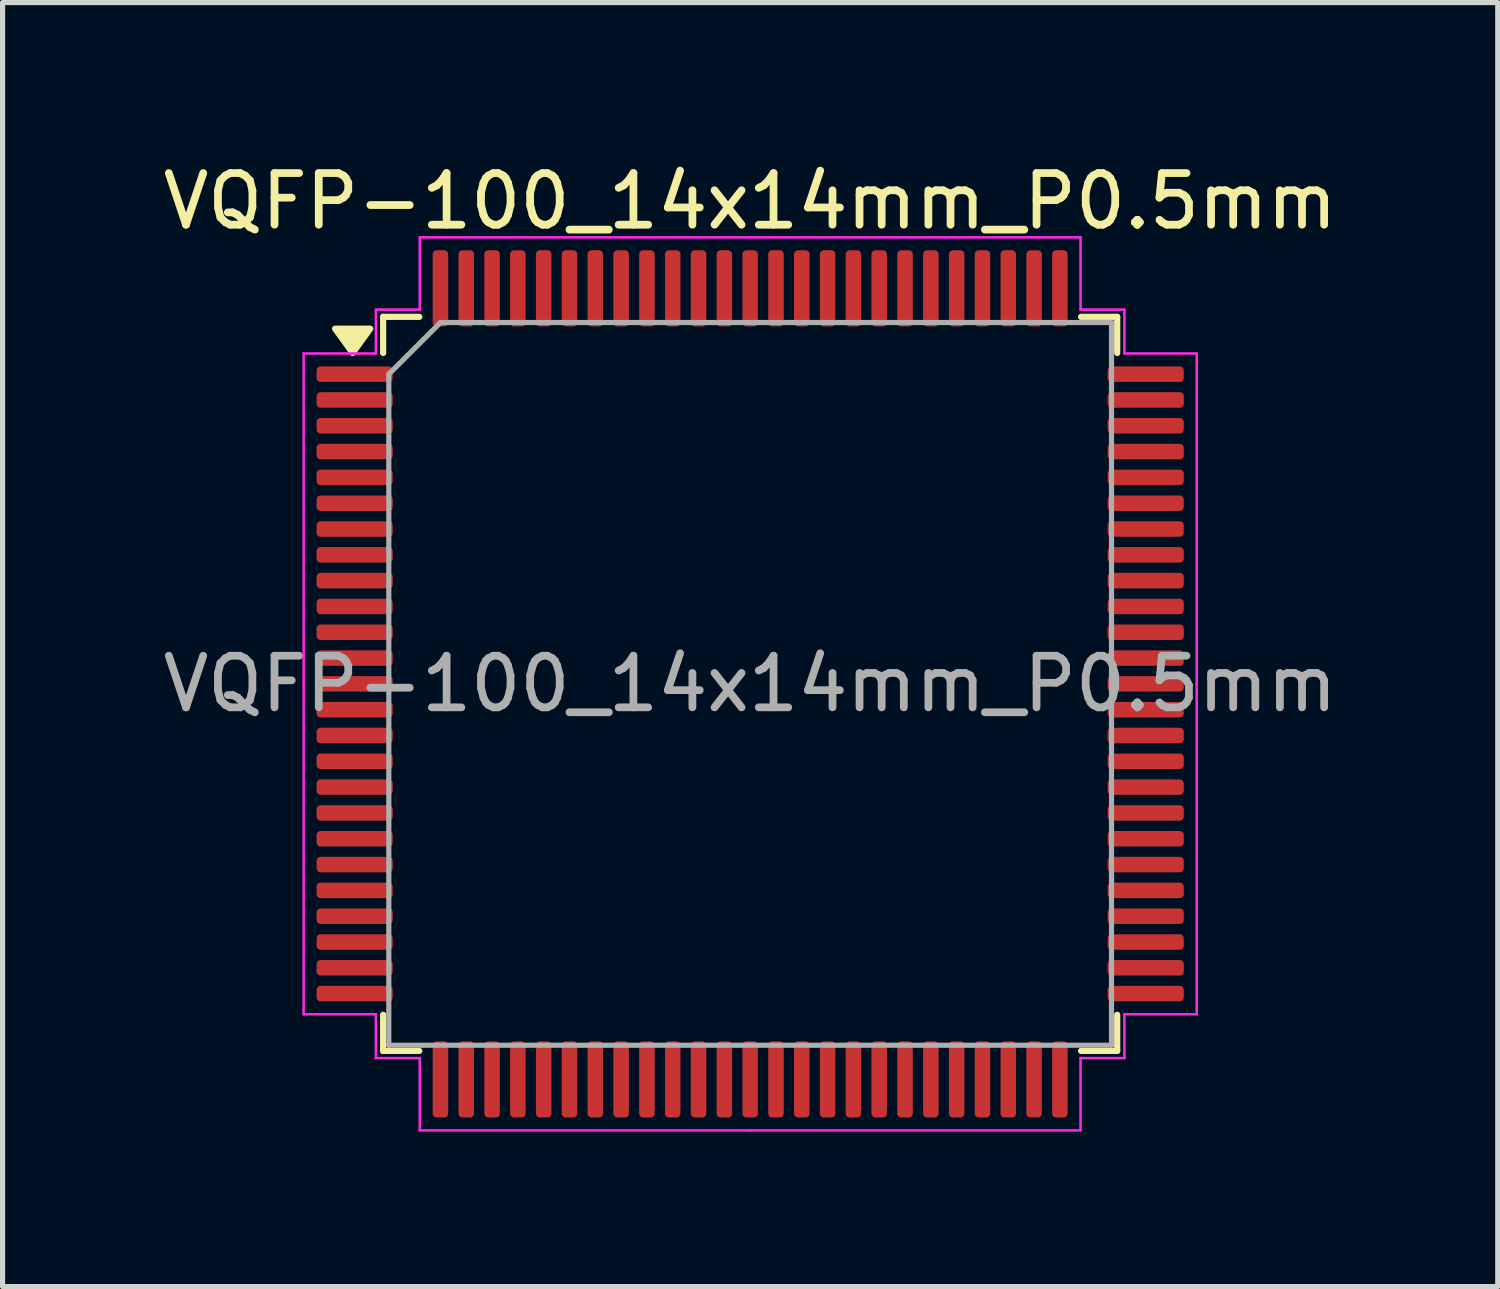
<source format=kicad_pcb>
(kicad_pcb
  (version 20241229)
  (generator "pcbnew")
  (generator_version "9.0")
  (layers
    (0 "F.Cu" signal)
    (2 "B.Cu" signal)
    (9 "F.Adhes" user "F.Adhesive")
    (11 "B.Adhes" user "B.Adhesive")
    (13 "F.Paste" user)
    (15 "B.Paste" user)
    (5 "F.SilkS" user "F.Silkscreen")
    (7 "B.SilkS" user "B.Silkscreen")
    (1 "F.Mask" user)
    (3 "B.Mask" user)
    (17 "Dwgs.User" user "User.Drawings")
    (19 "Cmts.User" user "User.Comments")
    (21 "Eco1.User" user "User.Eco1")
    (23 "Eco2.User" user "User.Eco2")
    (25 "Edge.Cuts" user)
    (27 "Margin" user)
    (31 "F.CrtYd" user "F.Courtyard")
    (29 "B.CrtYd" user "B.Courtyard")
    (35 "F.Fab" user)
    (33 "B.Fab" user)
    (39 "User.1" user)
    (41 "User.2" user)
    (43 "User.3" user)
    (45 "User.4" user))
  (footprint "VQFP-100_14x14mm_P0.5mm"
    (layer "F.Cu")
    (at 11.482 10.198)
    (property "Reference" "VQFP-100_14x14mm_P0.5mm" (at 0 -9.35 0) (layer "F.SilkS") (effects (font (size 1 1) (thickness 0.15))))
    (attr smd)
    (fp_line (start -7.11 -7.11) (end -7.11 -6.41) (stroke (width 0.12) (type solid)) (layer "F.SilkS"))
    (fp_line (start -7.11 7.11) (end -7.11 6.41) (stroke (width 0.12) (type solid)) (layer "F.SilkS"))
    (fp_line (start -6.41 -7.11) (end -7.11 -7.11) (stroke (width 0.12) (type solid)) (layer "F.SilkS"))
    (fp_line (start -6.41 7.11) (end -7.11 7.11) (stroke (width 0.12) (type solid)) (layer "F.SilkS"))
    (fp_line (start 6.41 -7.11) (end 7.11 -7.11) (stroke (width 0.12) (type solid)) (layer "F.SilkS"))
    (fp_line (start 6.41 7.11) (end 7.11 7.11) (stroke (width 0.12) (type solid)) (layer "F.SilkS"))
    (fp_line (start 7.11 -7.11) (end 7.11 -6.41) (stroke (width 0.12) (type solid)) (layer "F.SilkS"))
    (fp_line (start 7.11 7.11) (end 7.11 6.41) (stroke (width 0.12) (type solid)) (layer "F.SilkS"))
    (fp_poly (pts (xy -7.7 -6.41) (xy -8.04 -6.88) (xy -7.36 -6.88) (xy -7.7 -6.41)) (stroke (width 0.12) (type solid)) (fill yes) (layer "F.SilkS"))
    (fp_line (start -8.65 -6.4) (end -8.65 0) (stroke (width 0.05) (type solid)) (layer "F.CrtYd"))
    (fp_line (start -8.65 6.4) (end -8.65 0) (stroke (width 0.05) (type solid)) (layer "F.CrtYd"))
    (fp_line (start -7.25 -7.25) (end -7.25 -6.4) (stroke (width 0.05) (type solid)) (layer "F.CrtYd"))
    (fp_line (start -7.25 -6.4) (end -8.65 -6.4) (stroke (width 0.05) (type solid)) (layer "F.CrtYd"))
    (fp_line (start -7.25 6.4) (end -8.65 6.4) (stroke (width 0.05) (type solid)) (layer "F.CrtYd"))
    (fp_line (start -7.25 7.25) (end -7.25 6.4) (stroke (width 0.05) (type solid)) (layer "F.CrtYd"))
    (fp_line (start -6.4 -8.65) (end -6.4 -7.25) (stroke (width 0.05) (type solid)) (layer "F.CrtYd"))
    (fp_line (start -6.4 -7.25) (end -7.25 -7.25) (stroke (width 0.05) (type solid)) (layer "F.CrtYd"))
    (fp_line (start -6.4 7.25) (end -7.25 7.25) (stroke (width 0.05) (type solid)) (layer "F.CrtYd"))
    (fp_line (start -6.4 8.65) (end -6.4 7.25) (stroke (width 0.05) (type solid)) (layer "F.CrtYd"))
    (fp_line (start 0 -8.65) (end -6.4 -8.65) (stroke (width 0.05) (type solid)) (layer "F.CrtYd"))
    (fp_line (start 0 -8.65) (end 6.4 -8.65) (stroke (width 0.05) (type solid)) (layer "F.CrtYd"))
    (fp_line (start 0 8.65) (end -6.4 8.65) (stroke (width 0.05) (type solid)) (layer "F.CrtYd"))
    (fp_line (start 0 8.65) (end 6.4 8.65) (stroke (width 0.05) (type solid)) (layer "F.CrtYd"))
    (fp_line (start 6.4 -8.65) (end 6.4 -7.25) (stroke (width 0.05) (type solid)) (layer "F.CrtYd"))
    (fp_line (start 6.4 -7.25) (end 7.25 -7.25) (stroke (width 0.05) (type solid)) (layer "F.CrtYd"))
    (fp_line (start 6.4 7.25) (end 7.25 7.25) (stroke (width 0.05) (type solid)) (layer "F.CrtYd"))
    (fp_line (start 6.4 8.65) (end 6.4 7.25) (stroke (width 0.05) (type solid)) (layer "F.CrtYd"))
    (fp_line (start 7.25 -7.25) (end 7.25 -6.4) (stroke (width 0.05) (type solid)) (layer "F.CrtYd"))
    (fp_line (start 7.25 -6.4) (end 8.65 -6.4) (stroke (width 0.05) (type solid)) (layer "F.CrtYd"))
    (fp_line (start 7.25 6.4) (end 8.65 6.4) (stroke (width 0.05) (type solid)) (layer "F.CrtYd"))
    (fp_line (start 7.25 7.25) (end 7.25 6.4) (stroke (width 0.05) (type solid)) (layer "F.CrtYd"))
    (fp_line (start 8.65 -6.4) (end 8.65 0) (stroke (width 0.05) (type solid)) (layer "F.CrtYd"))
    (fp_line (start 8.65 6.4) (end 8.65 0) (stroke (width 0.05) (type solid)) (layer "F.CrtYd"))
    (fp_line (start -7 -6) (end -6 -7) (stroke (width 0.1) (type solid)) (layer "F.Fab"))
    (fp_line (start -7 7) (end -7 -6) (stroke (width 0.1) (type solid)) (layer "F.Fab"))
    (fp_line (start -6 -7) (end 7 -7) (stroke (width 0.1) (type solid)) (layer "F.Fab"))
    (fp_line (start 7 -7) (end 7 7) (stroke (width 0.1) (type solid)) (layer "F.Fab"))
    (fp_line (start 7 7) (end -7 7) (stroke (width 0.1) (type solid)) (layer "F.Fab"))
    (fp_text user "${REFERENCE}" (at 0 0 0) (layer "F.Fab") (effects (font (size 1 1) (thickness 0.15))))
    (pad "1" smd roundrect (at -7.662 -6) (size 1.475 0.3) (layers "F.Cu" "F.Mask" "F.Paste") (roundrect_rratio 0.25))
    (pad "2" smd roundrect (at -7.662 -5.5) (size 1.475 0.3) (layers "F.Cu" "F.Mask" "F.Paste") (roundrect_rratio 0.25))
    (pad "3" smd roundrect (at -7.662 -5) (size 1.475 0.3) (layers "F.Cu" "F.Mask" "F.Paste") (roundrect_rratio 0.25))
    (pad "4" smd roundrect (at -7.662 -4.5) (size 1.475 0.3) (layers "F.Cu" "F.Mask" "F.Paste") (roundrect_rratio 0.25))
    (pad "5" smd roundrect (at -7.662 -4) (size 1.475 0.3) (layers "F.Cu" "F.Mask" "F.Paste") (roundrect_rratio 0.25))
    (pad "6" smd roundrect (at -7.662 -3.5) (size 1.475 0.3) (layers "F.Cu" "F.Mask" "F.Paste") (roundrect_rratio 0.25))
    (pad "7" smd roundrect (at -7.662 -3) (size 1.475 0.3) (layers "F.Cu" "F.Mask" "F.Paste") (roundrect_rratio 0.25))
    (pad "8" smd roundrect (at -7.662 -2.5) (size 1.475 0.3) (layers "F.Cu" "F.Mask" "F.Paste") (roundrect_rratio 0.25))
    (pad "9" smd roundrect (at -7.662 -2) (size 1.475 0.3) (layers "F.Cu" "F.Mask" "F.Paste") (roundrect_rratio 0.25))
    (pad "10" smd roundrect (at -7.662 -1.5) (size 1.475 0.3) (layers "F.Cu" "F.Mask" "F.Paste") (roundrect_rratio 0.25))
    (pad "11" smd roundrect (at -7.662 -1) (size 1.475 0.3) (layers "F.Cu" "F.Mask" "F.Paste") (roundrect_rratio 0.25))
    (pad "12" smd roundrect (at -7.662 -0.5) (size 1.475 0.3) (layers "F.Cu" "F.Mask" "F.Paste") (roundrect_rratio 0.25))
    (pad "13" smd roundrect (at -7.662 0) (size 1.475 0.3) (layers "F.Cu" "F.Mask" "F.Paste") (roundrect_rratio 0.25))
    (pad "14" smd roundrect (at -7.662 0.5) (size 1.475 0.3) (layers "F.Cu" "F.Mask" "F.Paste") (roundrect_rratio 0.25))
    (pad "15" smd roundrect (at -7.662 1) (size 1.475 0.3) (layers "F.Cu" "F.Mask" "F.Paste") (roundrect_rratio 0.25))
    (pad "16" smd roundrect (at -7.662 1.5) (size 1.475 0.3) (layers "F.Cu" "F.Mask" "F.Paste") (roundrect_rratio 0.25))
    (pad "17" smd roundrect (at -7.662 2) (size 1.475 0.3) (layers "F.Cu" "F.Mask" "F.Paste") (roundrect_rratio 0.25))
    (pad "18" smd roundrect (at -7.662 2.5) (size 1.475 0.3) (layers "F.Cu" "F.Mask" "F.Paste") (roundrect_rratio 0.25))
    (pad "19" smd roundrect (at -7.662 3) (size 1.475 0.3) (layers "F.Cu" "F.Mask" "F.Paste") (roundrect_rratio 0.25))
    (pad "20" smd roundrect (at -7.662 3.5) (size 1.475 0.3) (layers "F.Cu" "F.Mask" "F.Paste") (roundrect_rratio 0.25))
    (pad "21" smd roundrect (at -7.662 4) (size 1.475 0.3) (layers "F.Cu" "F.Mask" "F.Paste") (roundrect_rratio 0.25))
    (pad "22" smd roundrect (at -7.662 4.5) (size 1.475 0.3) (layers "F.Cu" "F.Mask" "F.Paste") (roundrect_rratio 0.25))
    (pad "23" smd roundrect (at -7.662 5) (size 1.475 0.3) (layers "F.Cu" "F.Mask" "F.Paste") (roundrect_rratio 0.25))
    (pad "24" smd roundrect (at -7.662 5.5) (size 1.475 0.3) (layers "F.Cu" "F.Mask" "F.Paste") (roundrect_rratio 0.25))
    (pad "25" smd roundrect (at -7.662 6) (size 1.475 0.3) (layers "F.Cu" "F.Mask" "F.Paste") (roundrect_rratio 0.25))
    (pad "26" smd roundrect (at -6 7.662) (size 0.3 1.475) (layers "F.Cu" "F.Mask" "F.Paste") (roundrect_rratio 0.25))
    (pad "27" smd roundrect (at -5.5 7.662) (size 0.3 1.475) (layers "F.Cu" "F.Mask" "F.Paste") (roundrect_rratio 0.25))
    (pad "28" smd roundrect (at -5 7.662) (size 0.3 1.475) (layers "F.Cu" "F.Mask" "F.Paste") (roundrect_rratio 0.25))
    (pad "29" smd roundrect (at -4.5 7.662) (size 0.3 1.475) (layers "F.Cu" "F.Mask" "F.Paste") (roundrect_rratio 0.25))
    (pad "30" smd roundrect (at -4 7.662) (size 0.3 1.475) (layers "F.Cu" "F.Mask" "F.Paste") (roundrect_rratio 0.25))
    (pad "31" smd roundrect (at -3.5 7.662) (size 0.3 1.475) (layers "F.Cu" "F.Mask" "F.Paste") (roundrect_rratio 0.25))
    (pad "32" smd roundrect (at -3 7.662) (size 0.3 1.475) (layers "F.Cu" "F.Mask" "F.Paste") (roundrect_rratio 0.25))
    (pad "33" smd roundrect (at -2.5 7.662) (size 0.3 1.475) (layers "F.Cu" "F.Mask" "F.Paste") (roundrect_rratio 0.25))
    (pad "34" smd roundrect (at -2 7.662) (size 0.3 1.475) (layers "F.Cu" "F.Mask" "F.Paste") (roundrect_rratio 0.25))
    (pad "35" smd roundrect (at -1.5 7.662) (size 0.3 1.475) (layers "F.Cu" "F.Mask" "F.Paste") (roundrect_rratio 0.25))
    (pad "36" smd roundrect (at -1 7.662) (size 0.3 1.475) (layers "F.Cu" "F.Mask" "F.Paste") (roundrect_rratio 0.25))
    (pad "37" smd roundrect (at -0.5 7.662) (size 0.3 1.475) (layers "F.Cu" "F.Mask" "F.Paste") (roundrect_rratio 0.25))
    (pad "38" smd roundrect (at 0 7.662) (size 0.3 1.475) (layers "F.Cu" "F.Mask" "F.Paste") (roundrect_rratio 0.25))
    (pad "39" smd roundrect (at 0.5 7.662) (size 0.3 1.475) (layers "F.Cu" "F.Mask" "F.Paste") (roundrect_rratio 0.25))
    (pad "40" smd roundrect (at 1 7.662) (size 0.3 1.475) (layers "F.Cu" "F.Mask" "F.Paste") (roundrect_rratio 0.25))
    (pad "41" smd roundrect (at 1.5 7.662) (size 0.3 1.475) (layers "F.Cu" "F.Mask" "F.Paste") (roundrect_rratio 0.25))
    (pad "42" smd roundrect (at 2 7.662) (size 0.3 1.475) (layers "F.Cu" "F.Mask" "F.Paste") (roundrect_rratio 0.25))
    (pad "43" smd roundrect (at 2.5 7.662) (size 0.3 1.475) (layers "F.Cu" "F.Mask" "F.Paste") (roundrect_rratio 0.25))
    (pad "44" smd roundrect (at 3 7.662) (size 0.3 1.475) (layers "F.Cu" "F.Mask" "F.Paste") (roundrect_rratio 0.25))
    (pad "45" smd roundrect (at 3.5 7.662) (size 0.3 1.475) (layers "F.Cu" "F.Mask" "F.Paste") (roundrect_rratio 0.25))
    (pad "46" smd roundrect (at 4 7.662) (size 0.3 1.475) (layers "F.Cu" "F.Mask" "F.Paste") (roundrect_rratio 0.25))
    (pad "47" smd roundrect (at 4.5 7.662) (size 0.3 1.475) (layers "F.Cu" "F.Mask" "F.Paste") (roundrect_rratio 0.25))
    (pad "48" smd roundrect (at 5 7.662) (size 0.3 1.475) (layers "F.Cu" "F.Mask" "F.Paste") (roundrect_rratio 0.25))
    (pad "49" smd roundrect (at 5.5 7.662) (size 0.3 1.475) (layers "F.Cu" "F.Mask" "F.Paste") (roundrect_rratio 0.25))
    (pad "50" smd roundrect (at 6 7.662) (size 0.3 1.475) (layers "F.Cu" "F.Mask" "F.Paste") (roundrect_rratio 0.25))
    (pad "51" smd roundrect (at 7.662 6) (size 1.475 0.3) (layers "F.Cu" "F.Mask" "F.Paste") (roundrect_rratio 0.25))
    (pad "52" smd roundrect (at 7.662 5.5) (size 1.475 0.3) (layers "F.Cu" "F.Mask" "F.Paste") (roundrect_rratio 0.25))
    (pad "53" smd roundrect (at 7.662 5) (size 1.475 0.3) (layers "F.Cu" "F.Mask" "F.Paste") (roundrect_rratio 0.25))
    (pad "54" smd roundrect (at 7.662 4.5) (size 1.475 0.3) (layers "F.Cu" "F.Mask" "F.Paste") (roundrect_rratio 0.25))
    (pad "55" smd roundrect (at 7.662 4) (size 1.475 0.3) (layers "F.Cu" "F.Mask" "F.Paste") (roundrect_rratio 0.25))
    (pad "56" smd roundrect (at 7.662 3.5) (size 1.475 0.3) (layers "F.Cu" "F.Mask" "F.Paste") (roundrect_rratio 0.25))
    (pad "57" smd roundrect (at 7.662 3) (size 1.475 0.3) (layers "F.Cu" "F.Mask" "F.Paste") (roundrect_rratio 0.25))
    (pad "58" smd roundrect (at 7.662 2.5) (size 1.475 0.3) (layers "F.Cu" "F.Mask" "F.Paste") (roundrect_rratio 0.25))
    (pad "59" smd roundrect (at 7.662 2) (size 1.475 0.3) (layers "F.Cu" "F.Mask" "F.Paste") (roundrect_rratio 0.25))
    (pad "60" smd roundrect (at 7.662 1.5) (size 1.475 0.3) (layers "F.Cu" "F.Mask" "F.Paste") (roundrect_rratio 0.25))
    (pad "61" smd roundrect (at 7.662 1) (size 1.475 0.3) (layers "F.Cu" "F.Mask" "F.Paste") (roundrect_rratio 0.25))
    (pad "62" smd roundrect (at 7.662 0.5) (size 1.475 0.3) (layers "F.Cu" "F.Mask" "F.Paste") (roundrect_rratio 0.25))
    (pad "63" smd roundrect (at 7.662 0) (size 1.475 0.3) (layers "F.Cu" "F.Mask" "F.Paste") (roundrect_rratio 0.25))
    (pad "64" smd roundrect (at 7.662 -0.5) (size 1.475 0.3) (layers "F.Cu" "F.Mask" "F.Paste") (roundrect_rratio 0.25))
    (pad "65" smd roundrect (at 7.662 -1) (size 1.475 0.3) (layers "F.Cu" "F.Mask" "F.Paste") (roundrect_rratio 0.25))
    (pad "66" smd roundrect (at 7.662 -1.5) (size 1.475 0.3) (layers "F.Cu" "F.Mask" "F.Paste") (roundrect_rratio 0.25))
    (pad "67" smd roundrect (at 7.662 -2) (size 1.475 0.3) (layers "F.Cu" "F.Mask" "F.Paste") (roundrect_rratio 0.25))
    (pad "68" smd roundrect (at 7.662 -2.5) (size 1.475 0.3) (layers "F.Cu" "F.Mask" "F.Paste") (roundrect_rratio 0.25))
    (pad "69" smd roundrect (at 7.662 -3) (size 1.475 0.3) (layers "F.Cu" "F.Mask" "F.Paste") (roundrect_rratio 0.25))
    (pad "70" smd roundrect (at 7.662 -3.5) (size 1.475 0.3) (layers "F.Cu" "F.Mask" "F.Paste") (roundrect_rratio 0.25))
    (pad "71" smd roundrect (at 7.662 -4) (size 1.475 0.3) (layers "F.Cu" "F.Mask" "F.Paste") (roundrect_rratio 0.25))
    (pad "72" smd roundrect (at 7.662 -4.5) (size 1.475 0.3) (layers "F.Cu" "F.Mask" "F.Paste") (roundrect_rratio 0.25))
    (pad "73" smd roundrect (at 7.662 -5) (size 1.475 0.3) (layers "F.Cu" "F.Mask" "F.Paste") (roundrect_rratio 0.25))
    (pad "74" smd roundrect (at 7.662 -5.5) (size 1.475 0.3) (layers "F.Cu" "F.Mask" "F.Paste") (roundrect_rratio 0.25))
    (pad "75" smd roundrect (at 7.662 -6) (size 1.475 0.3) (layers "F.Cu" "F.Mask" "F.Paste") (roundrect_rratio 0.25))
    (pad "76" smd roundrect (at 6 -7.662) (size 0.3 1.475) (layers "F.Cu" "F.Mask" "F.Paste") (roundrect_rratio 0.25))
    (pad "77" smd roundrect (at 5.5 -7.662) (size 0.3 1.475) (layers "F.Cu" "F.Mask" "F.Paste") (roundrect_rratio 0.25))
    (pad "78" smd roundrect (at 5 -7.662) (size 0.3 1.475) (layers "F.Cu" "F.Mask" "F.Paste") (roundrect_rratio 0.25))
    (pad "79" smd roundrect (at 4.5 -7.662) (size 0.3 1.475) (layers "F.Cu" "F.Mask" "F.Paste") (roundrect_rratio 0.25))
    (pad "80" smd roundrect (at 4 -7.662) (size 0.3 1.475) (layers "F.Cu" "F.Mask" "F.Paste") (roundrect_rratio 0.25))
    (pad "81" smd roundrect (at 3.5 -7.662) (size 0.3 1.475) (layers "F.Cu" "F.Mask" "F.Paste") (roundrect_rratio 0.25))
    (pad "82" smd roundrect (at 3 -7.662) (size 0.3 1.475) (layers "F.Cu" "F.Mask" "F.Paste") (roundrect_rratio 0.25))
    (pad "83" smd roundrect (at 2.5 -7.662) (size 0.3 1.475) (layers "F.Cu" "F.Mask" "F.Paste") (roundrect_rratio 0.25))
    (pad "84" smd roundrect (at 2 -7.662) (size 0.3 1.475) (layers "F.Cu" "F.Mask" "F.Paste") (roundrect_rratio 0.25))
    (pad "85" smd roundrect (at 1.5 -7.662) (size 0.3 1.475) (layers "F.Cu" "F.Mask" "F.Paste") (roundrect_rratio 0.25))
    (pad "86" smd roundrect (at 1 -7.662) (size 0.3 1.475) (layers "F.Cu" "F.Mask" "F.Paste") (roundrect_rratio 0.25))
    (pad "87" smd roundrect (at 0.5 -7.662) (size 0.3 1.475) (layers "F.Cu" "F.Mask" "F.Paste") (roundrect_rratio 0.25))
    (pad "88" smd roundrect (at 0 -7.662) (size 0.3 1.475) (layers "F.Cu" "F.Mask" "F.Paste") (roundrect_rratio 0.25))
    (pad "89" smd roundrect (at -0.5 -7.662) (size 0.3 1.475) (layers "F.Cu" "F.Mask" "F.Paste") (roundrect_rratio 0.25))
    (pad "90" smd roundrect (at -1 -7.662) (size 0.3 1.475) (layers "F.Cu" "F.Mask" "F.Paste") (roundrect_rratio 0.25))
    (pad "91" smd roundrect (at -1.5 -7.662) (size 0.3 1.475) (layers "F.Cu" "F.Mask" "F.Paste") (roundrect_rratio 0.25))
    (pad "92" smd roundrect (at -2 -7.662) (size 0.3 1.475) (layers "F.Cu" "F.Mask" "F.Paste") (roundrect_rratio 0.25))
    (pad "93" smd roundrect (at -2.5 -7.662) (size 0.3 1.475) (layers "F.Cu" "F.Mask" "F.Paste") (roundrect_rratio 0.25))
    (pad "94" smd roundrect (at -3 -7.662) (size 0.3 1.475) (layers "F.Cu" "F.Mask" "F.Paste") (roundrect_rratio 0.25))
    (pad "95" smd roundrect (at -3.5 -7.662) (size 0.3 1.475) (layers "F.Cu" "F.Mask" "F.Paste") (roundrect_rratio 0.25))
    (pad "96" smd roundrect (at -4 -7.662) (size 0.3 1.475) (layers "F.Cu" "F.Mask" "F.Paste") (roundrect_rratio 0.25))
    (pad "97" smd roundrect (at -4.5 -7.662) (size 0.3 1.475) (layers "F.Cu" "F.Mask" "F.Paste") (roundrect_rratio 0.25))
    (pad "98" smd roundrect (at -5 -7.662) (size 0.3 1.475) (layers "F.Cu" "F.Mask" "F.Paste") (roundrect_rratio 0.25))
    (pad "99" smd roundrect (at -5.5 -7.662) (size 0.3 1.475) (layers "F.Cu" "F.Mask" "F.Paste") (roundrect_rratio 0.25))
    (pad "100" smd roundrect (at -6 -7.662) (size 0.3 1.475) (layers "F.Cu" "F.Mask" "F.Paste") (roundrect_rratio 0.25)))
  (gr_rect
    (start -3 -3)
    (end 25.964 21.873)
    (stroke (width 0.1) (type default))
    (fill no)
    (layer "Edge.Cuts")))
</source>
